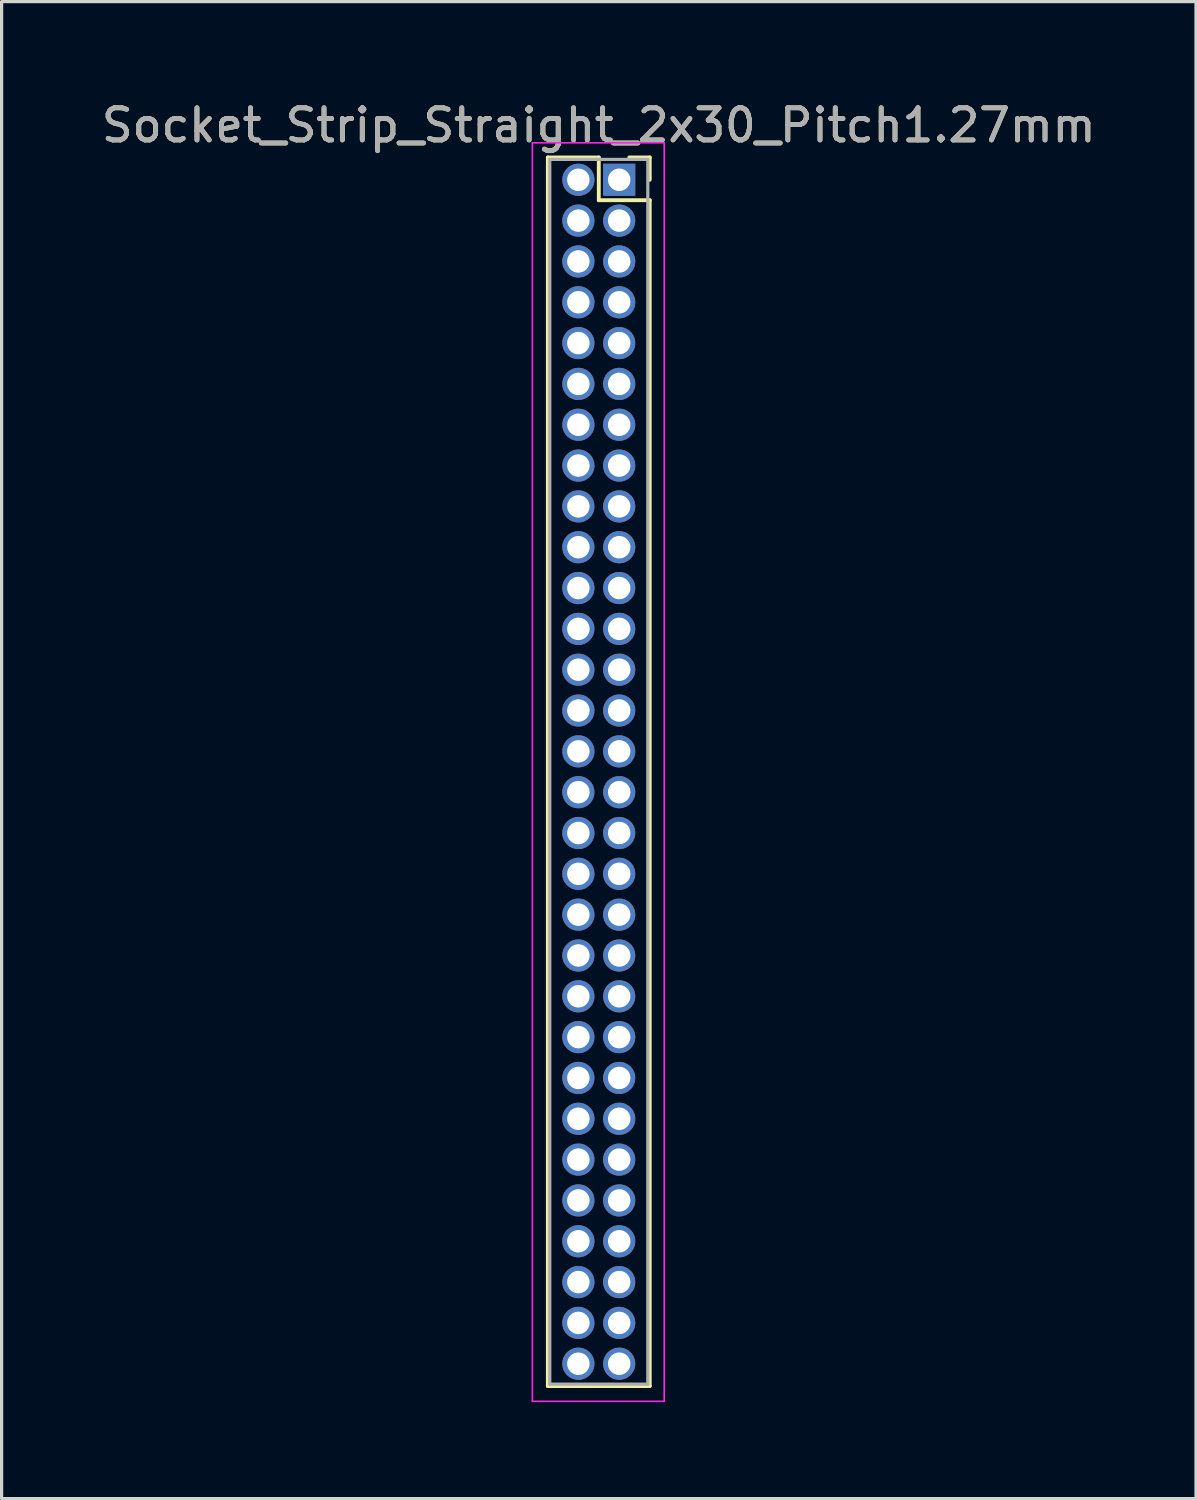
<source format=kicad_pcb>
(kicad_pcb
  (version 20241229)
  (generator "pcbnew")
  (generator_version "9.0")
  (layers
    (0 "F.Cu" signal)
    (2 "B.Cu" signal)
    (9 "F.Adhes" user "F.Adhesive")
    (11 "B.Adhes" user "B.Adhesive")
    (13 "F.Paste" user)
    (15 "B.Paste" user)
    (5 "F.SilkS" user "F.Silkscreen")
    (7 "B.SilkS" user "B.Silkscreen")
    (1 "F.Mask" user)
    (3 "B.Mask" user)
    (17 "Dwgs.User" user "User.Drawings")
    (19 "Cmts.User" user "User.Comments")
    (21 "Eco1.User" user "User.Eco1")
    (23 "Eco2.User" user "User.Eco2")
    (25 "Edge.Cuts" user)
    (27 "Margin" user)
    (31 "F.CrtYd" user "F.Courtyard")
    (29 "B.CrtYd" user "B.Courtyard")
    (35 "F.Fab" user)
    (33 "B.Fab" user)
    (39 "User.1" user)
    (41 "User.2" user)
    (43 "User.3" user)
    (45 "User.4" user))
  (footprint "Socket_Strip_Straight_2x30_Pitch1.27mm"
    (layer "F.Cu")
    (at 16.212 2.543)
    (property "Reference" "Socket_Strip_Straight_2x30_Pitch1.27mm" (at -0.635 -1.695 0) (layer "F.SilkS") (effects (font (size 1 1) (thickness 0.15))))
    (attr through_hole)
    (fp_line (start -2.22 -0.695) (end -0.635 -0.695) (stroke (width 0.12) (type solid)) (layer "F.SilkS"))
    (fp_line (start -2.22 37.525) (end -2.22 -0.695) (stroke (width 0.12) (type solid)) (layer "F.SilkS"))
    (fp_line (start -0.635 -0.695) (end -0.635 0.635) (stroke (width 0.12) (type solid)) (layer "F.SilkS"))
    (fp_line (start -0.635 0.635) (end 0.95 0.635) (stroke (width 0.12) (type solid)) (layer "F.SilkS"))
    (fp_line (start 0.95 -0.695) (end 0.315 -0.695) (stroke (width 0.12) (type solid)) (layer "F.SilkS"))
    (fp_line (start 0.95 0) (end 0.95 -0.695) (stroke (width 0.12) (type solid)) (layer "F.SilkS"))
    (fp_line (start 0.95 0.635) (end 0.95 37.525) (stroke (width 0.12) (type solid)) (layer "F.SilkS"))
    (fp_line (start 0.95 37.525) (end -2.22 37.525) (stroke (width 0.12) (type solid)) (layer "F.SilkS"))
    (fp_line (start -2.7 -1.15) (end -2.7 38) (stroke (width 0.05) (type solid)) (layer "F.CrtYd"))
    (fp_line (start -2.7 38) (end 1.4 38) (stroke (width 0.05) (type solid)) (layer "F.CrtYd"))
    (fp_line (start 1.4 -1.15) (end -2.7 -1.15) (stroke (width 0.05) (type solid)) (layer "F.CrtYd"))
    (fp_line (start 1.4 38) (end 1.4 -1.15) (stroke (width 0.05) (type solid)) (layer "F.CrtYd"))
    (fp_line (start -2.16 -0.635) (end -2.16 37.465) (stroke (width 0.1) (type solid)) (layer "F.Fab"))
    (fp_line (start -2.16 37.465) (end 0.89 37.465) (stroke (width 0.1) (type solid)) (layer "F.Fab"))
    (fp_line (start 0.89 -0.635) (end -2.16 -0.635) (stroke (width 0.1) (type solid)) (layer "F.Fab"))
    (fp_line (start 0.89 37.465) (end 0.89 -0.635) (stroke (width 0.1) (type solid)) (layer "F.Fab"))
    (fp_text user "${REFERENCE}" (at -0.635 -1.695 0) (layer "F.Fab") (effects (font (size 1 1) (thickness 0.15))))
    (pad "1" thru_hole rect (at 0 0) (size 1 1) (drill 0.7) (layers "*.Cu" "*.Mask"))
    (pad "2" thru_hole oval (at -1.27 0) (size 1 1) (drill 0.7) (layers "*.Cu" "*.Mask"))
    (pad "3" thru_hole oval (at 0 1.27) (size 1 1) (drill 0.7) (layers "*.Cu" "*.Mask"))
    (pad "4" thru_hole oval (at -1.27 1.27) (size 1 1) (drill 0.7) (layers "*.Cu" "*.Mask"))
    (pad "5" thru_hole oval (at 0 2.54) (size 1 1) (drill 0.7) (layers "*.Cu" "*.Mask"))
    (pad "6" thru_hole oval (at -1.27 2.54) (size 1 1) (drill 0.7) (layers "*.Cu" "*.Mask"))
    (pad "7" thru_hole oval (at 0 3.81) (size 1 1) (drill 0.7) (layers "*.Cu" "*.Mask"))
    (pad "8" thru_hole oval (at -1.27 3.81) (size 1 1) (drill 0.7) (layers "*.Cu" "*.Mask"))
    (pad "9" thru_hole oval (at 0 5.08) (size 1 1) (drill 0.7) (layers "*.Cu" "*.Mask"))
    (pad "10" thru_hole oval (at -1.27 5.08) (size 1 1) (drill 0.7) (layers "*.Cu" "*.Mask"))
    (pad "11" thru_hole oval (at 0 6.35) (size 1 1) (drill 0.7) (layers "*.Cu" "*.Mask"))
    (pad "12" thru_hole oval (at -1.27 6.35) (size 1 1) (drill 0.7) (layers "*.Cu" "*.Mask"))
    (pad "13" thru_hole oval (at 0 7.62) (size 1 1) (drill 0.7) (layers "*.Cu" "*.Mask"))
    (pad "14" thru_hole oval (at -1.27 7.62) (size 1 1) (drill 0.7) (layers "*.Cu" "*.Mask"))
    (pad "15" thru_hole oval (at 0 8.89) (size 1 1) (drill 0.7) (layers "*.Cu" "*.Mask"))
    (pad "16" thru_hole oval (at -1.27 8.89) (size 1 1) (drill 0.7) (layers "*.Cu" "*.Mask"))
    (pad "17" thru_hole oval (at 0 10.16) (size 1 1) (drill 0.7) (layers "*.Cu" "*.Mask"))
    (pad "18" thru_hole oval (at -1.27 10.16) (size 1 1) (drill 0.7) (layers "*.Cu" "*.Mask"))
    (pad "19" thru_hole oval (at 0 11.43) (size 1 1) (drill 0.7) (layers "*.Cu" "*.Mask"))
    (pad "20" thru_hole oval (at -1.27 11.43) (size 1 1) (drill 0.7) (layers "*.Cu" "*.Mask"))
    (pad "21" thru_hole oval (at 0 12.7) (size 1 1) (drill 0.7) (layers "*.Cu" "*.Mask"))
    (pad "22" thru_hole oval (at -1.27 12.7) (size 1 1) (drill 0.7) (layers "*.Cu" "*.Mask"))
    (pad "23" thru_hole oval (at 0 13.97) (size 1 1) (drill 0.7) (layers "*.Cu" "*.Mask"))
    (pad "24" thru_hole oval (at -1.27 13.97) (size 1 1) (drill 0.7) (layers "*.Cu" "*.Mask"))
    (pad "25" thru_hole oval (at 0 15.24) (size 1 1) (drill 0.7) (layers "*.Cu" "*.Mask"))
    (pad "26" thru_hole oval (at -1.27 15.24) (size 1 1) (drill 0.7) (layers "*.Cu" "*.Mask"))
    (pad "27" thru_hole oval (at 0 16.51) (size 1 1) (drill 0.7) (layers "*.Cu" "*.Mask"))
    (pad "28" thru_hole oval (at -1.27 16.51) (size 1 1) (drill 0.7) (layers "*.Cu" "*.Mask"))
    (pad "29" thru_hole oval (at 0 17.78) (size 1 1) (drill 0.7) (layers "*.Cu" "*.Mask"))
    (pad "30" thru_hole oval (at -1.27 17.78) (size 1 1) (drill 0.7) (layers "*.Cu" "*.Mask"))
    (pad "31" thru_hole oval (at 0 19.05) (size 1 1) (drill 0.7) (layers "*.Cu" "*.Mask"))
    (pad "32" thru_hole oval (at -1.27 19.05) (size 1 1) (drill 0.7) (layers "*.Cu" "*.Mask"))
    (pad "33" thru_hole oval (at 0 20.32) (size 1 1) (drill 0.7) (layers "*.Cu" "*.Mask"))
    (pad "34" thru_hole oval (at -1.27 20.32) (size 1 1) (drill 0.7) (layers "*.Cu" "*.Mask"))
    (pad "35" thru_hole oval (at 0 21.59) (size 1 1) (drill 0.7) (layers "*.Cu" "*.Mask"))
    (pad "36" thru_hole oval (at -1.27 21.59) (size 1 1) (drill 0.7) (layers "*.Cu" "*.Mask"))
    (pad "37" thru_hole oval (at 0 22.86) (size 1 1) (drill 0.7) (layers "*.Cu" "*.Mask"))
    (pad "38" thru_hole oval (at -1.27 22.86) (size 1 1) (drill 0.7) (layers "*.Cu" "*.Mask"))
    (pad "39" thru_hole oval (at 0 24.13) (size 1 1) (drill 0.7) (layers "*.Cu" "*.Mask"))
    (pad "40" thru_hole oval (at -1.27 24.13) (size 1 1) (drill 0.7) (layers "*.Cu" "*.Mask"))
    (pad "41" thru_hole oval (at 0 25.4) (size 1 1) (drill 0.7) (layers "*.Cu" "*.Mask"))
    (pad "42" thru_hole oval (at -1.27 25.4) (size 1 1) (drill 0.7) (layers "*.Cu" "*.Mask"))
    (pad "43" thru_hole oval (at 0 26.67) (size 1 1) (drill 0.7) (layers "*.Cu" "*.Mask"))
    (pad "44" thru_hole oval (at -1.27 26.67) (size 1 1) (drill 0.7) (layers "*.Cu" "*.Mask"))
    (pad "45" thru_hole oval (at 0 27.94) (size 1 1) (drill 0.7) (layers "*.Cu" "*.Mask"))
    (pad "46" thru_hole oval (at -1.27 27.94) (size 1 1) (drill 0.7) (layers "*.Cu" "*.Mask"))
    (pad "47" thru_hole oval (at 0 29.21) (size 1 1) (drill 0.7) (layers "*.Cu" "*.Mask"))
    (pad "48" thru_hole oval (at -1.27 29.21) (size 1 1) (drill 0.7) (layers "*.Cu" "*.Mask"))
    (pad "49" thru_hole oval (at 0 30.48) (size 1 1) (drill 0.7) (layers "*.Cu" "*.Mask"))
    (pad "50" thru_hole oval (at -1.27 30.48) (size 1 1) (drill 0.7) (layers "*.Cu" "*.Mask"))
    (pad "51" thru_hole oval (at 0 31.75) (size 1 1) (drill 0.7) (layers "*.Cu" "*.Mask"))
    (pad "52" thru_hole oval (at -1.27 31.75) (size 1 1) (drill 0.7) (layers "*.Cu" "*.Mask"))
    (pad "53" thru_hole oval (at 0 33.02) (size 1 1) (drill 0.7) (layers "*.Cu" "*.Mask"))
    (pad "54" thru_hole oval (at -1.27 33.02) (size 1 1) (drill 0.7) (layers "*.Cu" "*.Mask"))
    (pad "55" thru_hole oval (at 0 34.29) (size 1 1) (drill 0.7) (layers "*.Cu" "*.Mask"))
    (pad "56" thru_hole oval (at -1.27 34.29) (size 1 1) (drill 0.7) (layers "*.Cu" "*.Mask"))
    (pad "57" thru_hole oval (at 0 35.56) (size 1 1) (drill 0.7) (layers "*.Cu" "*.Mask"))
    (pad "58" thru_hole oval (at -1.27 35.56) (size 1 1) (drill 0.7) (layers "*.Cu" "*.Mask"))
    (pad "59" thru_hole oval (at 0 36.83) (size 1 1) (drill 0.7) (layers "*.Cu" "*.Mask"))
    (pad "60" thru_hole oval (at -1.27 36.83) (size 1 1) (drill 0.7) (layers "*.Cu" "*.Mask")))
  (gr_rect
    (start -3 -3)
    (end 34.155 43.568)
    (stroke (width 0.1) (type default))
    (fill no)
    (layer "Edge.Cuts")))
</source>
